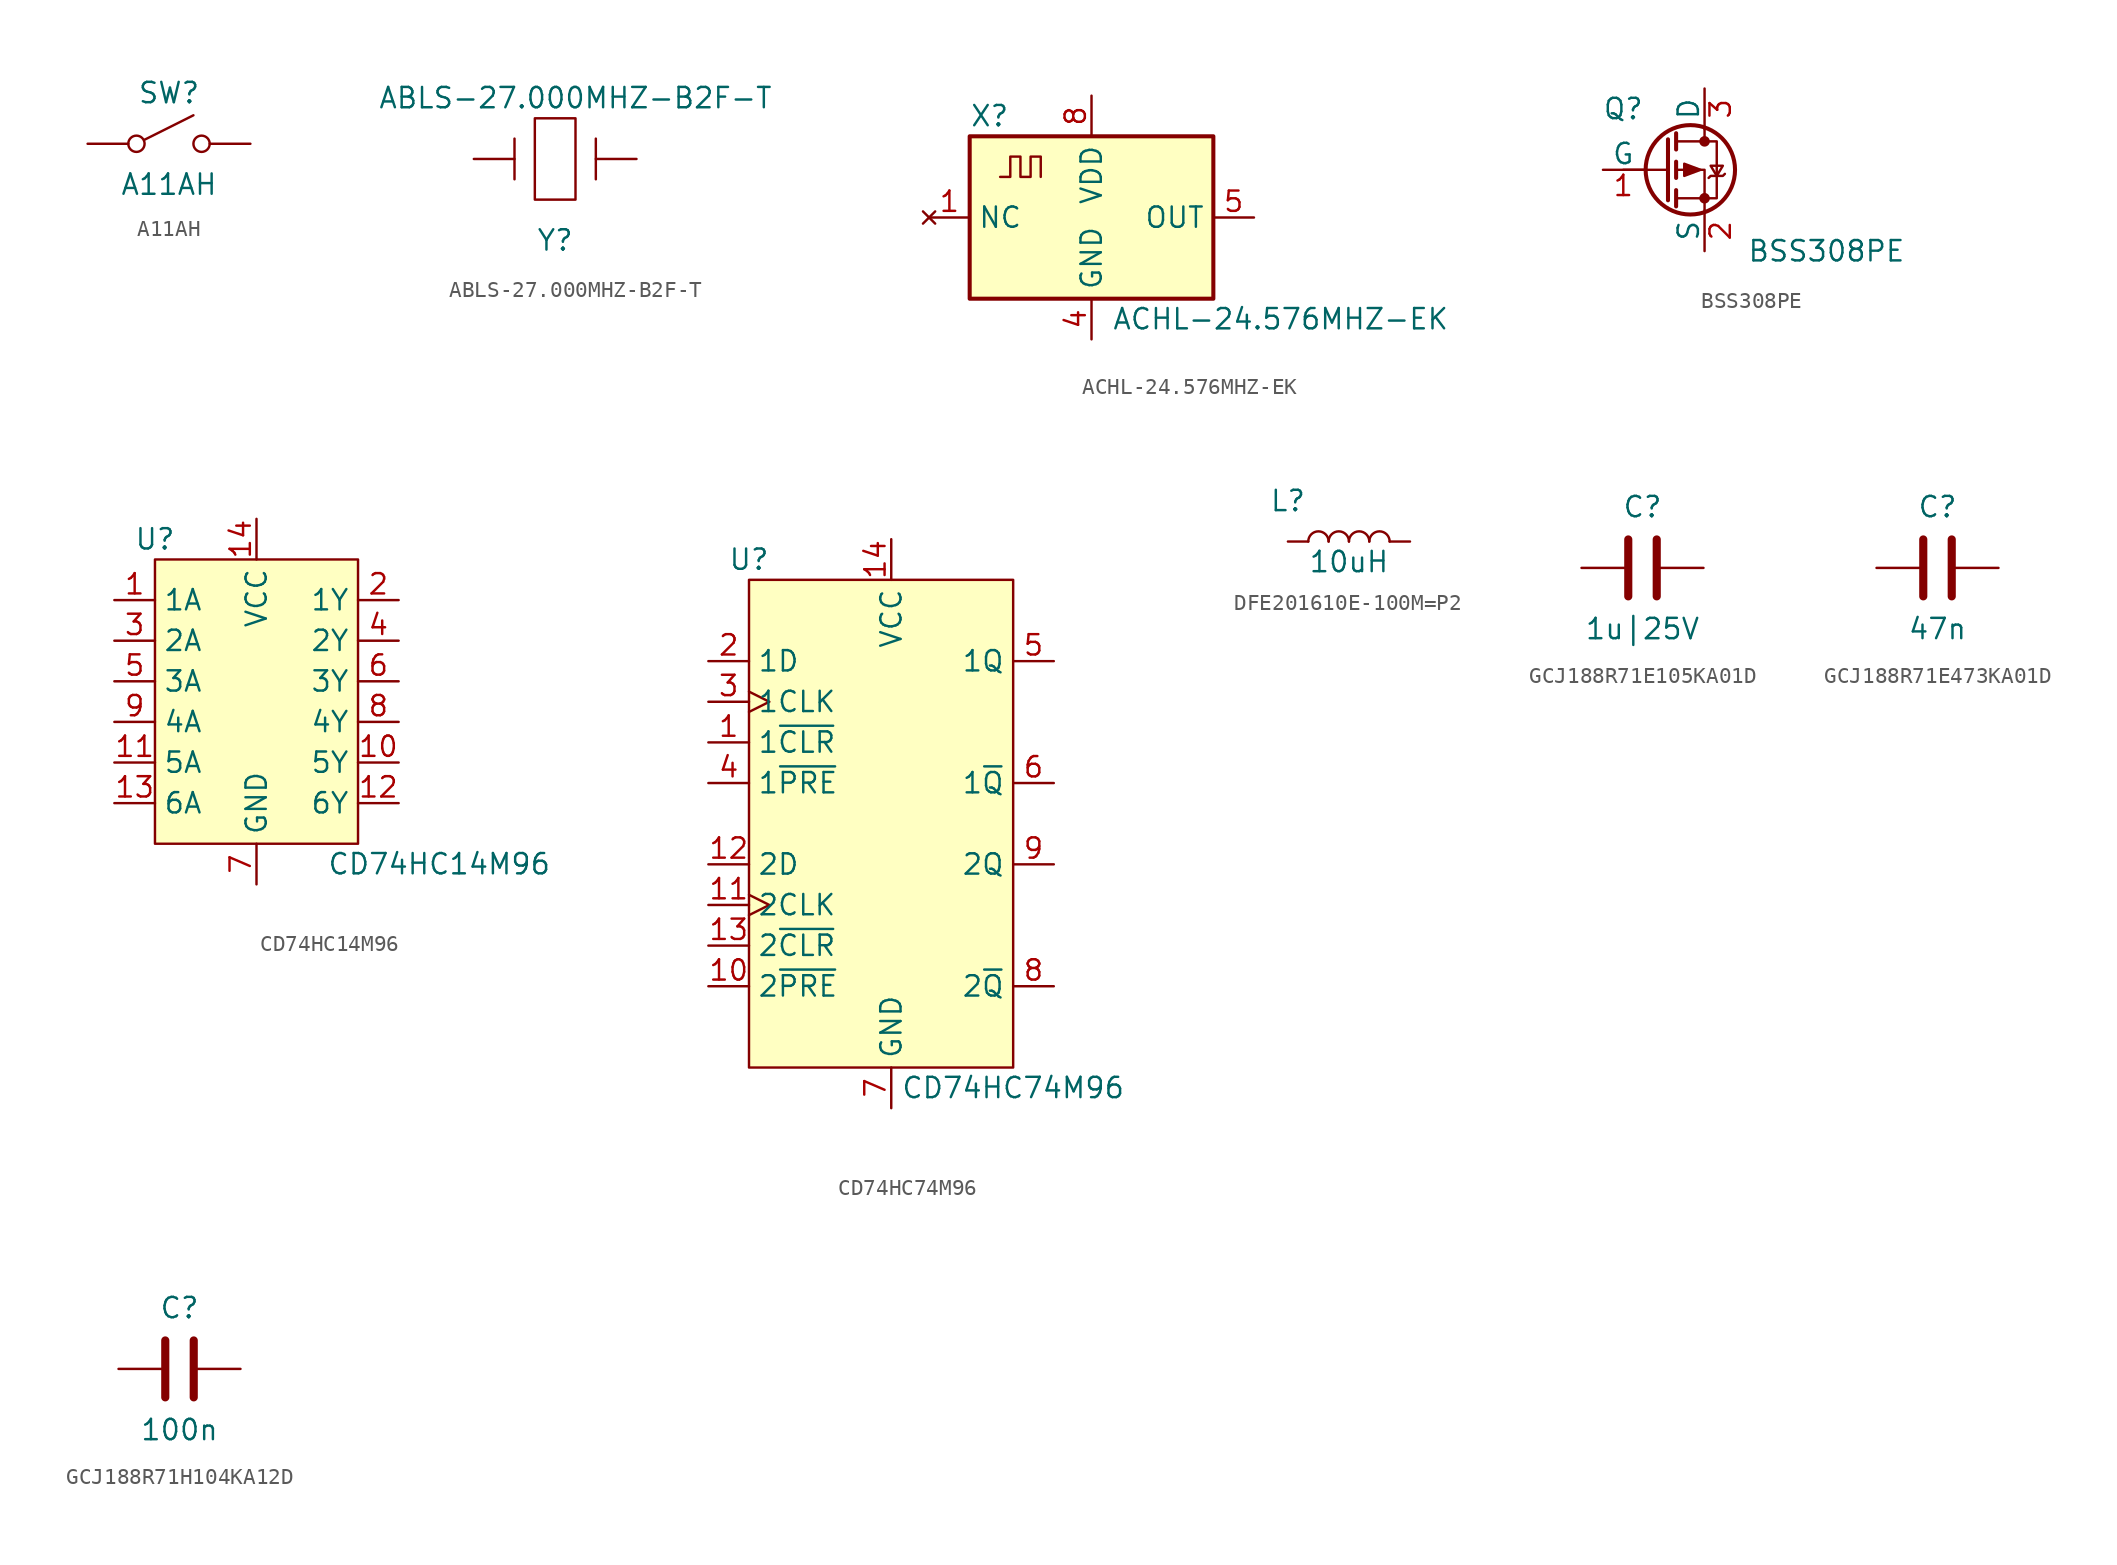
<source format=kicad_sym>
(kicad_symbol_lib
  (version 20220914)
  (generator kicad_symbol_editor)
  (symbol "A11AH"
    (pin_numbers hide)
    (pin_names
      (offset 0) hide)
    (property "Reference" "SW"
      (at 0 3.175 0)
      (effects (font (size 1.27 1.27))))
    (property "Value" "A11AH"
      (at 0 -2.54 0)
      (effects (font (size 1.27 1.27))))
    (symbol "A11AH_0_0"
      (circle (center -2.032 0) (radius 0.508) (stroke (width 0) (type default)) (fill (type none)))
      (polyline (pts (xy -1.524 0.254) (xy 1.524 1.778)) (stroke (width 0) (type default)) (fill (type none)))
      (circle (center 2.032 0) (radius 0.508) (stroke (width 0) (type default)) (fill (type none))))
    (symbol "A11AH_1_1"
      (pin passive line (at -5.08 0 0) (length 2.54) (name "A" (effects (font (size 1.27 1.27)))) (number "1" (effects (font (size 1.27 1.27)))))
      (pin passive line (at 5.08 0 180) (length 2.54) (name "B" (effects (font (size 1.27 1.27)))) (number "3" (effects (font (size 1.27 1.27)))))))
  (symbol "ABLS-27.000MHZ-B2F-T"
    (pin_numbers hide)
    (pin_names
      (offset 1.016))
    (property "Reference" "Y"
      (at 0 -5.08 0)
      (effects (font (size 1.27 1.27))))
    (property "Value" "ABLS-27.000MHZ-B2F-T"
      (at 1.27 3.81 0)
      (effects (font (size 1.27 1.27))))
    (symbol "ABLS-27.000MHZ-B2F-T_0_1"
      (rectangle (start -1.27 2.54) (end 1.27 -2.54) (stroke (width 0) (type solid)) (fill (type none)))
      (polyline (pts (xy -2.54 1.27) (xy -2.54 -1.27)) (stroke (width 0) (type solid)) (fill (type none)))
      (polyline (pts (xy 2.54 1.27) (xy 2.54 -1.27)) (stroke (width 0) (type solid)) (fill (type none))))
    (symbol "ABLS-27.000MHZ-B2F-T_1_1"
      (pin passive line (at -5.08 0 0) (length 2.54) (name "~" (effects (font (size 1.27 1.27)))) (number "1" (effects (font (size 1.27 1.27)))))
      (pin passive line (at 5.08 0 180) (length 2.54) (name "~" (effects (font (size 1.27 1.27)))) (number "2" (effects (font (size 1.27 1.27)))))))
  (symbol "ACHL-24.576MHZ-EK"
    (property "Reference" "X"
      (at -7.62 6.35 0)
      (effects (font (size 1.27 1.27)) (justify left)))
    (property "Value" "ACHL-24.576MHZ-EK"
      (at 1.27 -6.35 0)
      (effects (font (size 1.27 1.27)) (justify left)))
    (symbol "ACHL-24.576MHZ-EK_0_1"
      (rectangle (start -7.62 5.08) (end 7.62 -5.08) (stroke (width 0.254) (type default)) (fill (type background)))
      (polyline (pts (xy -5.715 2.54) (xy -5.08 2.54) (xy -5.08 3.81) (xy -4.445 3.81) (xy -4.445 2.54) (xy -3.81 2.54) (xy -3.81 3.81) (xy -3.175 3.81) (xy -3.175 2.54)) (stroke (width 0) (type default)) (fill (type none))))
    (symbol "ACHL-24.576MHZ-EK_1_1"
      (pin no_connect line (at -10.16 0 0) (length 2.54) (name "NC" (effects (font (size 1.27 1.27)))) (number "1" (effects (font (size 1.27 1.27)))))
      (pin power_in line (at 0 -7.62 90) (length 2.54) (name "GND" (effects (font (size 1.27 1.27)))) (number "4" (effects (font (size 1.27 1.27)))))
      (pin output line (at 10.16 0 180) (length 2.54) (name "OUT" (effects (font (size 1.27 1.27)))) (number "5" (effects (font (size 1.27 1.27)))))
      (pin power_in line (at 0 7.62 270) (length 2.54) (name "VDD" (effects (font (size 1.27 1.27)))) (number "8" (effects (font (size 1.27 1.27)))))))
  (symbol "BSS308PE"
    (pin_names
      (offset 0))
    (property "Reference" "Q"
      (at -5.08 3.81 0)
      (effects (font (size 1.27 1.27))))
    (property "Value" "BSS308PE"
      (at 7.62 -5.08 0)
      (effects (font (size 1.27 1.27))))
    (symbol "BSS308PE_0_1"
      (circle (center -0.889 0) (radius 2.794) (stroke (width 0.254) (type default)) (fill (type none)))
      (circle (center 0 -1.778) (radius 0.254) (stroke (width 0) (type default)) (fill (type outline)))
      (polyline (pts (xy -2.286 0) (xy -5.08 0)) (stroke (width 0) (type default)) (fill (type none)))
      (polyline (pts (xy -2.286 1.905) (xy -2.286 -1.905)) (stroke (width 0.254) (type default)) (fill (type none)))
      (polyline (pts (xy -1.778 -1.27) (xy -1.778 -2.286)) (stroke (width 0.254) (type default)) (fill (type none)))
      (polyline (pts (xy -1.778 0.508) (xy -1.778 -0.508)) (stroke (width 0.254) (type default)) (fill (type none)))
      (polyline (pts (xy -1.778 2.286) (xy -1.778 1.27)) (stroke (width 0.254) (type default)) (fill (type none)))
      (polyline (pts (xy 0 2.54) (xy 0 1.778)) (stroke (width 0) (type default)) (fill (type none)))
      (polyline (pts (xy 0 -2.54) (xy 0 0) (xy -1.778 0)) (stroke (width 0) (type default)) (fill (type none)))
      (polyline (pts (xy -1.778 1.778) (xy 0.762 1.778) (xy 0.762 -1.778) (xy -1.778 -1.778)) (stroke (width 0) (type default)) (fill (type none)))
      (polyline (pts (xy -0.254 0) (xy -1.27 0.381) (xy -1.27 -0.381) (xy -0.254 0)) (stroke (width 0) (type default)) (fill (type outline)))
      (polyline (pts (xy 0.254 -0.508) (xy 0.381 -0.381) (xy 1.143 -0.381) (xy 1.27 -0.254)) (stroke (width 0) (type default)) (fill (type none)))
      (polyline (pts (xy 0.762 -0.381) (xy 0.381 0.254) (xy 1.143 0.254) (xy 0.762 -0.381)) (stroke (width 0) (type default)) (fill (type none)))
      (circle (center 0 1.778) (radius 0.254) (stroke (width 0) (type default)) (fill (type outline))))
    (symbol "BSS308PE_1_1"
      (pin input line (at -6.35 0 0) (length 2.54) (name "G" (effects (font (size 1.27 1.27)))) (number "1" (effects (font (size 1.27 1.27)))))
      (pin passive line (at 0 -5.08 90) (length 2.54) (name "S" (effects (font (size 1.27 1.27)))) (number "2" (effects (font (size 1.27 1.27)))))
      (pin passive line (at 0 5.08 270) (length 2.54) (name "D" (effects (font (size 1.27 1.27)))) (number "3" (effects (font (size 1.27 1.27)))))))
  (symbol "CD74HC14M96"
    (property "Reference" "U"
      (at -6.35 8.89 0)
      (effects (font (size 1.27 1.27))))
    (property "Value" "CD74HC14M96"
      (at 11.43 -11.43 0)
      (effects (font (size 1.27 1.27))))
    (symbol "CD74HC14M96_0_0"
      (pin input line (at -8.89 5.08 0) (length 2.54) (name "1A" (effects (font (size 1.27 1.27)))) (number "1" (effects (font (size 1.27 1.27)))))
      (pin output line (at 8.89 -5.08 180) (length 2.54) (name "5Y" (effects (font (size 1.27 1.27)))) (number "10" (effects (font (size 1.27 1.27)))))
      (pin input line (at -8.89 -5.08 0) (length 2.54) (name "5A" (effects (font (size 1.27 1.27)))) (number "11" (effects (font (size 1.27 1.27)))))
      (pin output line (at 8.89 -7.62 180) (length 2.54) (name "6Y" (effects (font (size 1.27 1.27)))) (number "12" (effects (font (size 1.27 1.27)))))
      (pin input line (at -8.89 -7.62 0) (length 2.54) (name "6A" (effects (font (size 1.27 1.27)))) (number "13" (effects (font (size 1.27 1.27)))))
      (pin power_in line (at 0 10.16 270) (length 2.54) (name "VCC" (effects (font (size 1.27 1.27)))) (number "14" (effects (font (size 1.27 1.27)))))
      (pin output line (at 8.89 5.08 180) (length 2.54) (name "1Y" (effects (font (size 1.27 1.27)))) (number "2" (effects (font (size 1.27 1.27)))))
      (pin input line (at -8.89 2.54 0) (length 2.54) (name "2A" (effects (font (size 1.27 1.27)))) (number "3" (effects (font (size 1.27 1.27)))))
      (pin output line (at 8.89 2.54 180) (length 2.54) (name "2Y" (effects (font (size 1.27 1.27)))) (number "4" (effects (font (size 1.27 1.27)))))
      (pin input line (at -8.89 0 0) (length 2.54) (name "3A" (effects (font (size 1.27 1.27)))) (number "5" (effects (font (size 1.27 1.27)))))
      (pin output line (at 8.89 0 180) (length 2.54) (name "3Y" (effects (font (size 1.27 1.27)))) (number "6" (effects (font (size 1.27 1.27)))))
      (pin power_in line (at 0 -12.7 90) (length 2.54) (name "GND" (effects (font (size 1.27 1.27)))) (number "7" (effects (font (size 1.27 1.27)))))
      (pin output line (at 8.89 -2.54 180) (length 2.54) (name "4Y" (effects (font (size 1.27 1.27)))) (number "8" (effects (font (size 1.27 1.27)))))
      (pin input line (at -8.89 -2.54 0) (length 2.54) (name "4A" (effects (font (size 1.27 1.27)))) (number "9" (effects (font (size 1.27 1.27))))))
    (symbol "CD74HC14M96_1_1"
      (rectangle (start -6.35 7.62) (end 6.35 -10.16) (stroke (width 0) (type default)) (fill (type background)))))
  (symbol "CD74HC74M96 "
    (property "Reference" "U"
      (at -8.89 16.51 0)
      (effects (font (size 1.27 1.27))))
    (property "Value" "CD74HC74M96 "
      (at 7.62 -16.51 0)
      (effects (font (size 1.27 1.27))))
    (symbol "CD74HC74M96 _0_0"
      (pin power_in line (at 0 17.78 270) (length 2.54) (name "VCC" (effects (font (size 1.27 1.27)))) (number "14" (effects (font (size 1.27 1.27)))))
      (pin input line (at -11.43 10.16 0) (length 2.54) (name "1D" (effects (font (size 1.27 1.27)))) (number "2" (effects (font (size 1.27 1.27)))))
      (pin output line (at 10.16 10.16 180) (length 2.54) (name "1Q" (effects (font (size 1.27 1.27)))) (number "5" (effects (font (size 1.27 1.27)))))
      (pin power_in line (at 0 -17.78 90) (length 2.54) (name "GND" (effects (font (size 1.27 1.27)))) (number "7" (effects (font (size 1.27 1.27)))))
      (pin output line (at 10.16 -10.16 180) (length 2.54) (name "2~{Q}" (effects (font (size 1.27 1.27)))) (number "8" (effects (font (size 1.27 1.27)))))
      (pin output line (at 10.16 -2.54 180) (length 2.54) (name "2Q" (effects (font (size 1.27 1.27)))) (number "9" (effects (font (size 1.27 1.27))))))
    (symbol "CD74HC74M96 _1_0"
      (pin input line (at -11.43 5.08 0) (length 2.54) (name "1~{CLR}" (effects (font (size 1.27 1.27)))) (number "1" (effects (font (size 1.27 1.27)))))
      (pin input line (at -11.43 -10.16 0) (length 2.54) (name "2~{PRE}" (effects (font (size 1.27 1.27)))) (number "10" (effects (font (size 1.27 1.27)))))
      (pin input clock (at -11.43 -5.08 0) (length 2.54) (name "2CLK" (effects (font (size 1.27 1.27)))) (number "11" (effects (font (size 1.27 1.27)))))
      (pin input line (at -11.43 -2.54 0) (length 2.54) (name "2D" (effects (font (size 1.27 1.27)))) (number "12" (effects (font (size 1.27 1.27)))))
      (pin input line (at -11.43 -7.62 0) (length 2.54) (name "2~{CLR}" (effects (font (size 1.27 1.27)))) (number "13" (effects (font (size 1.27 1.27)))))
      (pin input clock (at -11.43 7.62 0) (length 2.54) (name "1CLK" (effects (font (size 1.27 1.27)))) (number "3" (effects (font (size 1.27 1.27)))))
      (pin input line (at -11.43 2.54 0) (length 2.54) (name "1~{PRE}" (effects (font (size 1.27 1.27)))) (number "4" (effects (font (size 1.27 1.27)))))
      (pin output line (at 10.16 2.54 180) (length 2.54) (name "1~{Q}" (effects (font (size 1.27 1.27)))) (number "6" (effects (font (size 1.27 1.27))))))
    (symbol "CD74HC74M96 _1_1"
      (rectangle (start -8.89 15.24) (end 7.62 -15.24) (stroke (width 0) (type default)) (fill (type background)))))
  (symbol "DFE201610E-100M=P2"
    (pin_numbers hide)
    (pin_names hide)
    (property "Reference" "L"
      (at -3.81 2.54 0)
      (effects (font (size 1.27 1.27))))
    (property "Value" "10uH"
      (at 0 -1.27 0)
      (effects (font (size 1.27 1.27))))
    (symbol "DFE201610E-100M=P2_0_1"
      (arc (start -1.27 0) (mid -1.905 0.6323) (end -2.54 0) (stroke (width 0) (type default)) (fill (type none)))
      (arc (start 0 0) (mid -0.635 0.6323) (end -1.27 0) (stroke (width 0) (type default)) (fill (type none)))
      (arc (start 1.27 0) (mid 0.635 0.6323) (end 0 0) (stroke (width 0) (type default)) (fill (type none)))
      (arc (start 2.54 0) (mid 1.905 0.6323) (end 1.27 0) (stroke (width 0) (type default)) (fill (type none))))
    (symbol "DFE201610E-100M=P2_1_1"
      (pin passive line (at -3.81 0 0) (length 1.27) (name "1" (effects (font (size 1.27 1.27)))) (number "1" (effects (font (size 1.27 1.27)))))
      (pin passive line (at 3.81 0 180) (length 1.27) (name "2" (effects (font (size 1.27 1.27)))) (number "2" (effects (font (size 1.27 1.27)))))))
  (symbol "GCJ188R71E105KA01D"
    (pin_numbers hide)
    (pin_names
      (offset 1.016))
    (property "Reference" "C"
      (at 0 3.81 0)
      (effects (font (size 1.27 1.27))))
    (property "Value" "1u|25V"
      (at 0 -3.81 0)
      (effects (font (size 1.27 1.27))))
    (symbol "GCJ188R71E105KA01D_0_1"
      (rectangle (start -0.889 1.778) (end -0.889 -1.778) (stroke (width 0.508) (type solid)) (fill (type none)))
      (rectangle (start 0.889 1.778) (end 0.889 -1.778) (stroke (width 0.508) (type solid)) (fill (type none))))
    (symbol "GCJ188R71E105KA01D_1_1"
      (pin passive line (at -3.81 0 0) (length 2.794) (name "~" (effects (font (size 1.27 1.27)))) (number "1" (effects (font (size 1.27 1.27)))))
      (pin passive line (at 3.81 0 180) (length 2.794) (name "~" (effects (font (size 1.27 1.27)))) (number "2" (effects (font (size 1.27 1.27)))))))
  (symbol "GCJ188R71E473KA01D"
    (pin_numbers hide)
    (pin_names
      (offset 1.016))
    (property "Reference" "C"
      (at 0 3.81 0)
      (effects (font (size 1.27 1.27))))
    (property "Value" "47n"
      (at 0 -3.81 0)
      (effects (font (size 1.27 1.27))))
    (symbol "GCJ188R71E473KA01D_0_1"
      (rectangle (start -0.889 1.778) (end -0.889 -1.778) (stroke (width 0.508) (type solid)) (fill (type none)))
      (rectangle (start 0.889 1.778) (end 0.889 -1.778) (stroke (width 0.508) (type solid)) (fill (type none))))
    (symbol "GCJ188R71E473KA01D_1_1"
      (pin passive line (at -3.81 0 0) (length 2.794) (name "~" (effects (font (size 1.27 1.27)))) (number "1" (effects (font (size 1.27 1.27)))))
      (pin passive line (at 3.81 0 180) (length 2.794) (name "~" (effects (font (size 1.27 1.27)))) (number "2" (effects (font (size 1.27 1.27)))))))
  (symbol "GCJ188R71H104KA12D"
    (pin_numbers hide)
    (pin_names
      (offset 1.016))
    (property "Reference" "C"
      (at 0 3.81 0)
      (effects (font (size 1.27 1.27))))
    (property "Value" "100n"
      (at 0 -3.81 0)
      (effects (font (size 1.27 1.27))))
    (symbol "GCJ188R71H104KA12D_0_1"
      (rectangle (start -0.889 1.778) (end -0.889 -1.778) (stroke (width 0.508) (type solid)) (fill (type none)))
      (rectangle (start 0.889 1.778) (end 0.889 -1.778) (stroke (width 0.508) (type solid)) (fill (type none))))
    (symbol "GCJ188R71H104KA12D_1_1"
      (pin passive line (at -3.81 0 0) (length 2.794) (name "~" (effects (font (size 1.27 1.27)))) (number "1" (effects (font (size 1.27 1.27)))))
      (pin passive line (at 3.81 0 180) (length 2.794) (name "~" (effects (font (size 1.27 1.27)))) (number "2" (effects (font (size 1.27 1.27))))))))
</source>
